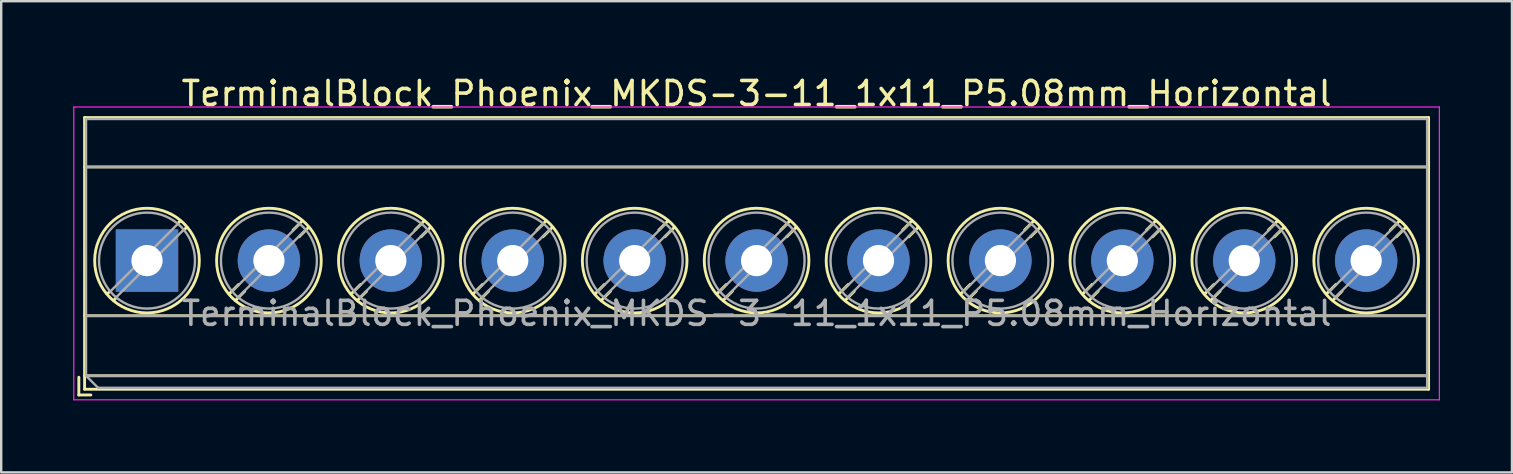
<source format=kicad_pcb>
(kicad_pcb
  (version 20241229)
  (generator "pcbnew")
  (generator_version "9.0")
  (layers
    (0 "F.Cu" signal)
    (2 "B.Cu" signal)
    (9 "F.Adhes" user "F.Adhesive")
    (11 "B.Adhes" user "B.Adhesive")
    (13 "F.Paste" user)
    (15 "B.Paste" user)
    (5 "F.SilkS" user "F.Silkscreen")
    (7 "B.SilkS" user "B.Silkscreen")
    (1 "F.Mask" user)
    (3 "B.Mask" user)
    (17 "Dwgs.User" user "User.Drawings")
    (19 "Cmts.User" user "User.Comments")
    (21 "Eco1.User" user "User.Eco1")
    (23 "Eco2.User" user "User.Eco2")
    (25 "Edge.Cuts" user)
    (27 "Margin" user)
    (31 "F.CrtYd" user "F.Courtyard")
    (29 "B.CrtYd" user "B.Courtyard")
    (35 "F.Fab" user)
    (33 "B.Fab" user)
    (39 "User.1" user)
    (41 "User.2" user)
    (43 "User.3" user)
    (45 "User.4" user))
  (footprint "TerminalBlock_Phoenix_MKDS-3-11_1x11_P5.08mm_Horizontal"
    (layer "F.Cu")
    (at 3.075 7.808)
    (property "Reference" "TerminalBlock_Phoenix_MKDS-3-11_1x11_P5.08mm_Horizontal" (at 25.4 -6.96 0) (layer "F.SilkS") (effects (font (size 1 1) (thickness 0.15))))
    (attr through_hole)
    (fp_line (start -2.84 4.86) (end -2.84 5.6) (stroke (width 0.12) (type solid)) (layer "F.SilkS"))
    (fp_line (start -2.84 5.6) (end -2.34 5.6) (stroke (width 0.12) (type solid)) (layer "F.SilkS"))
    (fp_line (start -2.6 -5.96) (end -2.6 5.36) (stroke (width 0.12) (type solid)) (layer "F.SilkS"))
    (fp_line (start -2.6 -5.96) (end 53.4 -5.96) (stroke (width 0.12) (type solid)) (layer "F.SilkS"))
    (fp_line (start -2.6 -3.9) (end 53.4 -3.9) (stroke (width 0.12) (type solid)) (layer "F.SilkS"))
    (fp_line (start -2.6 2.3) (end 53.4 2.3) (stroke (width 0.12) (type solid)) (layer "F.SilkS"))
    (fp_line (start -2.6 4.8) (end 53.4 4.8) (stroke (width 0.12) (type solid)) (layer "F.SilkS"))
    (fp_line (start -2.6 5.36) (end 53.4 5.36) (stroke (width 0.12) (type solid)) (layer "F.SilkS"))
    (fp_line (start -1.548 1.281) (end -1.654 1.388) (stroke (width 0.12) (type solid)) (layer "F.SilkS"))
    (fp_line (start -1.282 1.547) (end -1.388 1.654) (stroke (width 0.12) (type solid)) (layer "F.SilkS"))
    (fp_line (start 1.388 -1.654) (end 1.281 -1.547) (stroke (width 0.12) (type solid)) (layer "F.SilkS"))
    (fp_line (start 1.654 -1.388) (end 1.547 -1.281) (stroke (width 0.12) (type solid)) (layer "F.SilkS"))
    (fp_line (start 3.822 0.992) (end 3.427 1.388) (stroke (width 0.12) (type solid)) (layer "F.SilkS"))
    (fp_line (start 4.073 1.274) (end 3.693 1.654) (stroke (width 0.12) (type solid)) (layer "F.SilkS"))
    (fp_line (start 6.468 -1.654) (end 6.088 -1.274) (stroke (width 0.12) (type solid)) (layer "F.SilkS"))
    (fp_line (start 6.734 -1.388) (end 6.339 -0.992) (stroke (width 0.12) (type solid)) (layer "F.SilkS"))
    (fp_line (start 8.902 0.992) (end 8.507 1.388) (stroke (width 0.12) (type solid)) (layer "F.SilkS"))
    (fp_line (start 9.153 1.274) (end 8.773 1.654) (stroke (width 0.12) (type solid)) (layer "F.SilkS"))
    (fp_line (start 11.548 -1.654) (end 11.168 -1.274) (stroke (width 0.12) (type solid)) (layer "F.SilkS"))
    (fp_line (start 11.814 -1.388) (end 11.419 -0.992) (stroke (width 0.12) (type solid)) (layer "F.SilkS"))
    (fp_line (start 13.982 0.992) (end 13.587 1.388) (stroke (width 0.12) (type solid)) (layer "F.SilkS"))
    (fp_line (start 14.233 1.274) (end 13.853 1.654) (stroke (width 0.12) (type solid)) (layer "F.SilkS"))
    (fp_line (start 16.628 -1.654) (end 16.248 -1.274) (stroke (width 0.12) (type solid)) (layer "F.SilkS"))
    (fp_line (start 16.894 -1.388) (end 16.499 -0.992) (stroke (width 0.12) (type solid)) (layer "F.SilkS"))
    (fp_line (start 19.062 0.992) (end 18.667 1.388) (stroke (width 0.12) (type solid)) (layer "F.SilkS"))
    (fp_line (start 19.313 1.274) (end 18.933 1.654) (stroke (width 0.12) (type solid)) (layer "F.SilkS"))
    (fp_line (start 21.708 -1.654) (end 21.328 -1.274) (stroke (width 0.12) (type solid)) (layer "F.SilkS"))
    (fp_line (start 21.974 -1.388) (end 21.579 -0.992) (stroke (width 0.12) (type solid)) (layer "F.SilkS"))
    (fp_line (start 24.142 0.992) (end 23.747 1.388) (stroke (width 0.12) (type solid)) (layer "F.SilkS"))
    (fp_line (start 24.393 1.274) (end 24.013 1.654) (stroke (width 0.12) (type solid)) (layer "F.SilkS"))
    (fp_line (start 26.788 -1.654) (end 26.408 -1.274) (stroke (width 0.12) (type solid)) (layer "F.SilkS"))
    (fp_line (start 27.054 -1.388) (end 26.659 -0.992) (stroke (width 0.12) (type solid)) (layer "F.SilkS"))
    (fp_line (start 29.222 0.992) (end 28.827 1.388) (stroke (width 0.12) (type solid)) (layer "F.SilkS"))
    (fp_line (start 29.473 1.274) (end 29.093 1.654) (stroke (width 0.12) (type solid)) (layer "F.SilkS"))
    (fp_line (start 31.868 -1.654) (end 31.488 -1.274) (stroke (width 0.12) (type solid)) (layer "F.SilkS"))
    (fp_line (start 32.134 -1.388) (end 31.739 -0.992) (stroke (width 0.12) (type solid)) (layer "F.SilkS"))
    (fp_line (start 34.302 0.992) (end 33.907 1.388) (stroke (width 0.12) (type solid)) (layer "F.SilkS"))
    (fp_line (start 34.553 1.274) (end 34.173 1.654) (stroke (width 0.12) (type solid)) (layer "F.SilkS"))
    (fp_line (start 36.948 -1.654) (end 36.568 -1.274) (stroke (width 0.12) (type solid)) (layer "F.SilkS"))
    (fp_line (start 37.214 -1.388) (end 36.819 -0.992) (stroke (width 0.12) (type solid)) (layer "F.SilkS"))
    (fp_line (start 39.382 0.992) (end 38.987 1.388) (stroke (width 0.12) (type solid)) (layer "F.SilkS"))
    (fp_line (start 39.633 1.274) (end 39.253 1.654) (stroke (width 0.12) (type solid)) (layer "F.SilkS"))
    (fp_line (start 42.028 -1.654) (end 41.648 -1.274) (stroke (width 0.12) (type solid)) (layer "F.SilkS"))
    (fp_line (start 42.294 -1.388) (end 41.899 -0.992) (stroke (width 0.12) (type solid)) (layer "F.SilkS"))
    (fp_line (start 44.462 0.992) (end 44.067 1.388) (stroke (width 0.12) (type solid)) (layer "F.SilkS"))
    (fp_line (start 44.713 1.274) (end 44.333 1.654) (stroke (width 0.12) (type solid)) (layer "F.SilkS"))
    (fp_line (start 47.108 -1.654) (end 46.728 -1.274) (stroke (width 0.12) (type solid)) (layer "F.SilkS"))
    (fp_line (start 47.374 -1.388) (end 46.979 -0.992) (stroke (width 0.12) (type solid)) (layer "F.SilkS"))
    (fp_line (start 49.542 0.992) (end 49.147 1.388) (stroke (width 0.12) (type solid)) (layer "F.SilkS"))
    (fp_line (start 49.793 1.274) (end 49.413 1.654) (stroke (width 0.12) (type solid)) (layer "F.SilkS"))
    (fp_line (start 52.188 -1.654) (end 51.808 -1.274) (stroke (width 0.12) (type solid)) (layer "F.SilkS"))
    (fp_line (start 52.454 -1.388) (end 52.059 -0.992) (stroke (width 0.12) (type solid)) (layer "F.SilkS"))
    (fp_line (start 53.4 -5.96) (end 53.4 5.36) (stroke (width 0.12) (type solid)) (layer "F.SilkS"))
    (fp_circle (center 0 0) (end 2.18 0) (stroke (width 0.12) (type solid)) (fill no) (layer "F.SilkS"))
    (fp_circle (center 5.08 0) (end 7.26 0) (stroke (width 0.12) (type solid)) (fill no) (layer "F.SilkS"))
    (fp_circle (center 10.16 0) (end 12.34 0) (stroke (width 0.12) (type solid)) (fill no) (layer "F.SilkS"))
    (fp_circle (center 15.24 0) (end 17.42 0) (stroke (width 0.12) (type solid)) (fill no) (layer "F.SilkS"))
    (fp_circle (center 20.32 0) (end 22.5 0) (stroke (width 0.12) (type solid)) (fill no) (layer "F.SilkS"))
    (fp_circle (center 25.4 0) (end 27.58 0) (stroke (width 0.12) (type solid)) (fill no) (layer "F.SilkS"))
    (fp_circle (center 30.48 0) (end 32.66 0) (stroke (width 0.12) (type solid)) (fill no) (layer "F.SilkS"))
    (fp_circle (center 35.56 0) (end 37.74 0) (stroke (width 0.12) (type solid)) (fill no) (layer "F.SilkS"))
    (fp_circle (center 40.64 0) (end 42.82 0) (stroke (width 0.12) (type solid)) (fill no) (layer "F.SilkS"))
    (fp_circle (center 45.72 0) (end 47.9 0) (stroke (width 0.12) (type solid)) (fill no) (layer "F.SilkS"))
    (fp_circle (center 50.8 0) (end 52.98 0) (stroke (width 0.12) (type solid)) (fill no) (layer "F.SilkS"))
    (fp_line (start -3.05 -6.4) (end -3.05 5.8) (stroke (width 0.05) (type solid)) (layer "F.CrtYd"))
    (fp_line (start -3.05 5.8) (end 53.85 5.8) (stroke (width 0.05) (type solid)) (layer "F.CrtYd"))
    (fp_line (start 53.85 -6.4) (end -3.05 -6.4) (stroke (width 0.05) (type solid)) (layer "F.CrtYd"))
    (fp_line (start 53.85 5.8) (end 53.85 -6.4) (stroke (width 0.05) (type solid)) (layer "F.CrtYd"))
    (fp_line (start -2.54 -5.9) (end 53.34 -5.9) (stroke (width 0.1) (type solid)) (layer "F.Fab"))
    (fp_line (start -2.54 -3.9) (end 53.34 -3.9) (stroke (width 0.1) (type solid)) (layer "F.Fab"))
    (fp_line (start -2.54 2.3) (end 53.34 2.3) (stroke (width 0.1) (type solid)) (layer "F.Fab"))
    (fp_line (start -2.54 4.8) (end -2.54 -5.9) (stroke (width 0.1) (type solid)) (layer "F.Fab"))
    (fp_line (start -2.54 4.8) (end 53.34 4.8) (stroke (width 0.1) (type solid)) (layer "F.Fab"))
    (fp_line (start -2.04 5.3) (end -2.54 4.8) (stroke (width 0.1) (type solid)) (layer "F.Fab"))
    (fp_line (start 1.273 -1.517) (end -1.517 1.273) (stroke (width 0.1) (type solid)) (layer "F.Fab"))
    (fp_line (start 1.517 -1.273) (end -1.273 1.517) (stroke (width 0.1) (type solid)) (layer "F.Fab"))
    (fp_line (start 6.353 -1.517) (end 3.564 1.273) (stroke (width 0.1) (type solid)) (layer "F.Fab"))
    (fp_line (start 6.597 -1.273) (end 3.808 1.517) (stroke (width 0.1) (type solid)) (layer "F.Fab"))
    (fp_line (start 11.433 -1.517) (end 8.644 1.273) (stroke (width 0.1) (type solid)) (layer "F.Fab"))
    (fp_line (start 11.677 -1.273) (end 8.888 1.517) (stroke (width 0.1) (type solid)) (layer "F.Fab"))
    (fp_line (start 16.513 -1.517) (end 13.724 1.273) (stroke (width 0.1) (type solid)) (layer "F.Fab"))
    (fp_line (start 16.757 -1.273) (end 13.968 1.517) (stroke (width 0.1) (type solid)) (layer "F.Fab"))
    (fp_line (start 21.593 -1.517) (end 18.804 1.273) (stroke (width 0.1) (type solid)) (layer "F.Fab"))
    (fp_line (start 21.837 -1.273) (end 19.048 1.517) (stroke (width 0.1) (type solid)) (layer "F.Fab"))
    (fp_line (start 26.673 -1.517) (end 23.884 1.273) (stroke (width 0.1) (type solid)) (layer "F.Fab"))
    (fp_line (start 26.917 -1.273) (end 24.128 1.517) (stroke (width 0.1) (type solid)) (layer "F.Fab"))
    (fp_line (start 31.753 -1.517) (end 28.964 1.273) (stroke (width 0.1) (type solid)) (layer "F.Fab"))
    (fp_line (start 31.997 -1.273) (end 29.208 1.517) (stroke (width 0.1) (type solid)) (layer "F.Fab"))
    (fp_line (start 36.833 -1.517) (end 34.044 1.273) (stroke (width 0.1) (type solid)) (layer "F.Fab"))
    (fp_line (start 37.077 -1.273) (end 34.288 1.517) (stroke (width 0.1) (type solid)) (layer "F.Fab"))
    (fp_line (start 41.913 -1.517) (end 39.124 1.273) (stroke (width 0.1) (type solid)) (layer "F.Fab"))
    (fp_line (start 42.157 -1.273) (end 39.368 1.517) (stroke (width 0.1) (type solid)) (layer "F.Fab"))
    (fp_line (start 46.993 -1.517) (end 44.204 1.273) (stroke (width 0.1) (type solid)) (layer "F.Fab"))
    (fp_line (start 47.237 -1.273) (end 44.448 1.517) (stroke (width 0.1) (type solid)) (layer "F.Fab"))
    (fp_line (start 52.073 -1.517) (end 49.284 1.273) (stroke (width 0.1) (type solid)) (layer "F.Fab"))
    (fp_line (start 52.317 -1.273) (end 49.528 1.517) (stroke (width 0.1) (type solid)) (layer "F.Fab"))
    (fp_line (start 53.34 -5.9) (end 53.34 5.3) (stroke (width 0.1) (type solid)) (layer "F.Fab"))
    (fp_line (start 53.34 5.3) (end -2.04 5.3) (stroke (width 0.1) (type solid)) (layer "F.Fab"))
    (fp_circle (center 0 0) (end 2 0) (stroke (width 0.1) (type solid)) (fill no) (layer "F.Fab"))
    (fp_circle (center 5.08 0) (end 7.08 0) (stroke (width 0.1) (type solid)) (fill no) (layer "F.Fab"))
    (fp_circle (center 10.16 0) (end 12.16 0) (stroke (width 0.1) (type solid)) (fill no) (layer "F.Fab"))
    (fp_circle (center 15.24 0) (end 17.24 0) (stroke (width 0.1) (type solid)) (fill no) (layer "F.Fab"))
    (fp_circle (center 20.32 0) (end 22.32 0) (stroke (width 0.1) (type solid)) (fill no) (layer "F.Fab"))
    (fp_circle (center 25.4 0) (end 27.4 0) (stroke (width 0.1) (type solid)) (fill no) (layer "F.Fab"))
    (fp_circle (center 30.48 0) (end 32.48 0) (stroke (width 0.1) (type solid)) (fill no) (layer "F.Fab"))
    (fp_circle (center 35.56 0) (end 37.56 0) (stroke (width 0.1) (type solid)) (fill no) (layer "F.Fab"))
    (fp_circle (center 40.64 0) (end 42.64 0) (stroke (width 0.1) (type solid)) (fill no) (layer "F.Fab"))
    (fp_circle (center 45.72 0) (end 47.72 0) (stroke (width 0.1) (type solid)) (fill no) (layer "F.Fab"))
    (fp_circle (center 50.8 0) (end 52.8 0) (stroke (width 0.1) (type solid)) (fill no) (layer "F.Fab"))
    (fp_text user "${REFERENCE}" (at 25.4 2.2 0) (layer "F.Fab") (effects (font (size 1 1) (thickness 0.15))))
    (pad "1" thru_hole rect (at 0 0) (size 2.6 2.6) (drill 1.3) (layers "*.Cu" "*.Mask"))
    (pad "2" thru_hole circle (at 5.08 0) (size 2.6 2.6) (drill 1.3) (layers "*.Cu" "*.Mask"))
    (pad "3" thru_hole circle (at 10.16 0) (size 2.6 2.6) (drill 1.3) (layers "*.Cu" "*.Mask"))
    (pad "4" thru_hole circle (at 15.24 0) (size 2.6 2.6) (drill 1.3) (layers "*.Cu" "*.Mask"))
    (pad "5" thru_hole circle (at 20.32 0) (size 2.6 2.6) (drill 1.3) (layers "*.Cu" "*.Mask"))
    (pad "6" thru_hole circle (at 25.4 0) (size 2.6 2.6) (drill 1.3) (layers "*.Cu" "*.Mask"))
    (pad "7" thru_hole circle (at 30.48 0) (size 2.6 2.6) (drill 1.3) (layers "*.Cu" "*.Mask"))
    (pad "8" thru_hole circle (at 35.56 0) (size 2.6 2.6) (drill 1.3) (layers "*.Cu" "*.Mask"))
    (pad "9" thru_hole circle (at 40.64 0) (size 2.6 2.6) (drill 1.3) (layers "*.Cu" "*.Mask"))
    (pad "10" thru_hole circle (at 45.72 0) (size 2.6 2.6) (drill 1.3) (layers "*.Cu" "*.Mask"))
    (pad "11" thru_hole circle (at 50.8 0) (size 2.6 2.6) (drill 1.3) (layers "*.Cu" "*.Mask")))
  (gr_rect
    (start -3 -3)
    (end 59.95 16.633)
    (stroke (width 0.1) (type default))
    (fill no)
    (layer "Edge.Cuts")))
</source>
